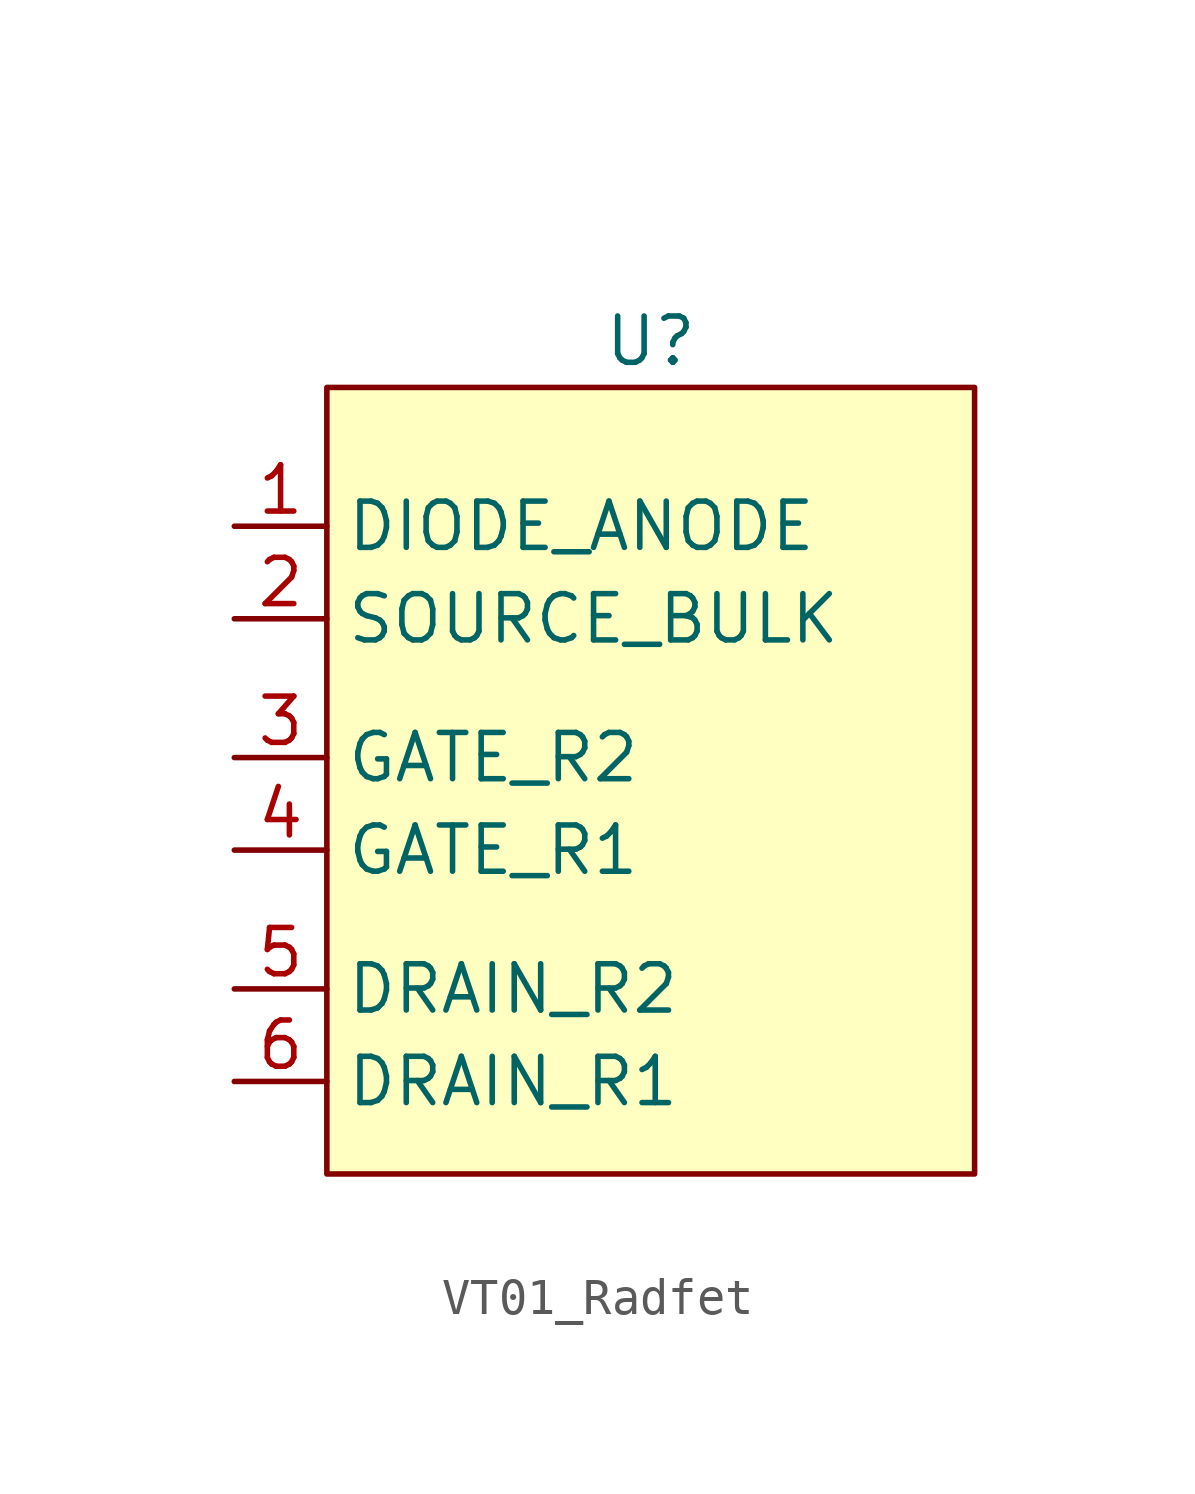
<source format=kicad_sym>
(kicad_symbol_lib
  (version 20220914)
  (generator kicad_symbol_editor)
  (symbol "VT01_Radfet"
    (property "Reference" "U"
      (at 0 7.62 0)
      (effects (font (size 1.27 1.27))))
    (property "Value" ""
      (at 0 0 0)
      (effects (font (size 1.27 1.27))))
    (symbol "VT01_Radfet_0_0"
      (text "" (at -8.89 10.16 0) (effects (font (size 1.27 1.27)))))
    (symbol "VT01_Radfet_1_1"
      (rectangle (start -8.89 6.35) (end 8.89 -15.24) (stroke (width 0) (type default)) (fill (type background)))
      (pin input line (at -11.43 2.54 0) (length 2.54) (name "DIODE_ANODE" (effects (font (size 1.27 1.27)))) (number "1" (effects (font (size 1.27 1.27)))))
      (pin input line (at -11.43 0 0) (length 2.54) (name "SOURCE_BULK" (effects (font (size 1.27 1.27)))) (number "2" (effects (font (size 1.27 1.27)))))
      (pin input line (at -11.43 -3.81 0) (length 2.54) (name "GATE_R2" (effects (font (size 1.27 1.27)))) (number "3" (effects (font (size 1.27 1.27)))))
      (pin input line (at -11.43 -6.35 0) (length 2.54) (name "GATE_R1" (effects (font (size 1.27 1.27)))) (number "4" (effects (font (size 1.27 1.27)))))
      (pin input line (at -11.43 -10.16 0) (length 2.54) (name "DRAIN_R2" (effects (font (size 1.27 1.27)))) (number "5" (effects (font (size 1.27 1.27)))))
      (pin input line (at -11.43 -12.7 0) (length 2.54) (name "DRAIN_R1" (effects (font (size 1.27 1.27)))) (number "6" (effects (font (size 1.27 1.27))))))))
</source>
